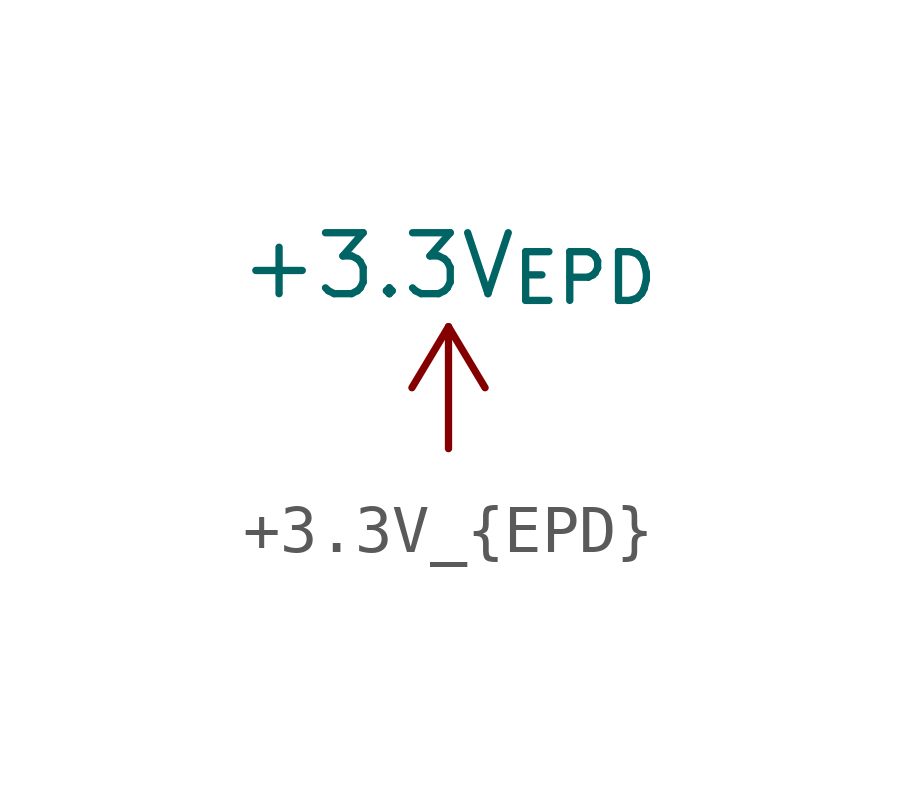
<source format=kicad_sym>
(kicad_symbol_lib
  (version 20220914)
  (generator kicad_symbol_editor)
  (symbol "+3.3V_{EPD}"
    (power)
    (pin_names
      (offset 0))
    (property "Reference" "#PWR"
      (at 0 2.159 0)
      (effects (font (size 1.27 1.27)) hide))
    (property "Value" "+3.3V_{EPD}"
      (at 0 3.81 0)
      (effects (font (size 1.27 1.27))))
    (symbol "+3.3V_{EPD}_0_1"
      (polyline (pts (xy -0.762 1.27) (xy 0 2.54)) (stroke (width 0) (type default)) (fill (type none)))
      (polyline (pts (xy 0 0) (xy 0 2.54)) (stroke (width 0) (type default)) (fill (type none)))
      (polyline (pts (xy 0 2.54) (xy 0.762 1.27)) (stroke (width 0) (type default)) (fill (type none))))
    (symbol "+3.3V_{EPD}_1_0"
      (pin power_in line (at 0 0 90) (length 0) hide (name "+3.3V_{EPD}" (effects (font (size 1.27 1.27)))) (number "1" (effects (font (size 1.27 1.27))))))))
</source>
